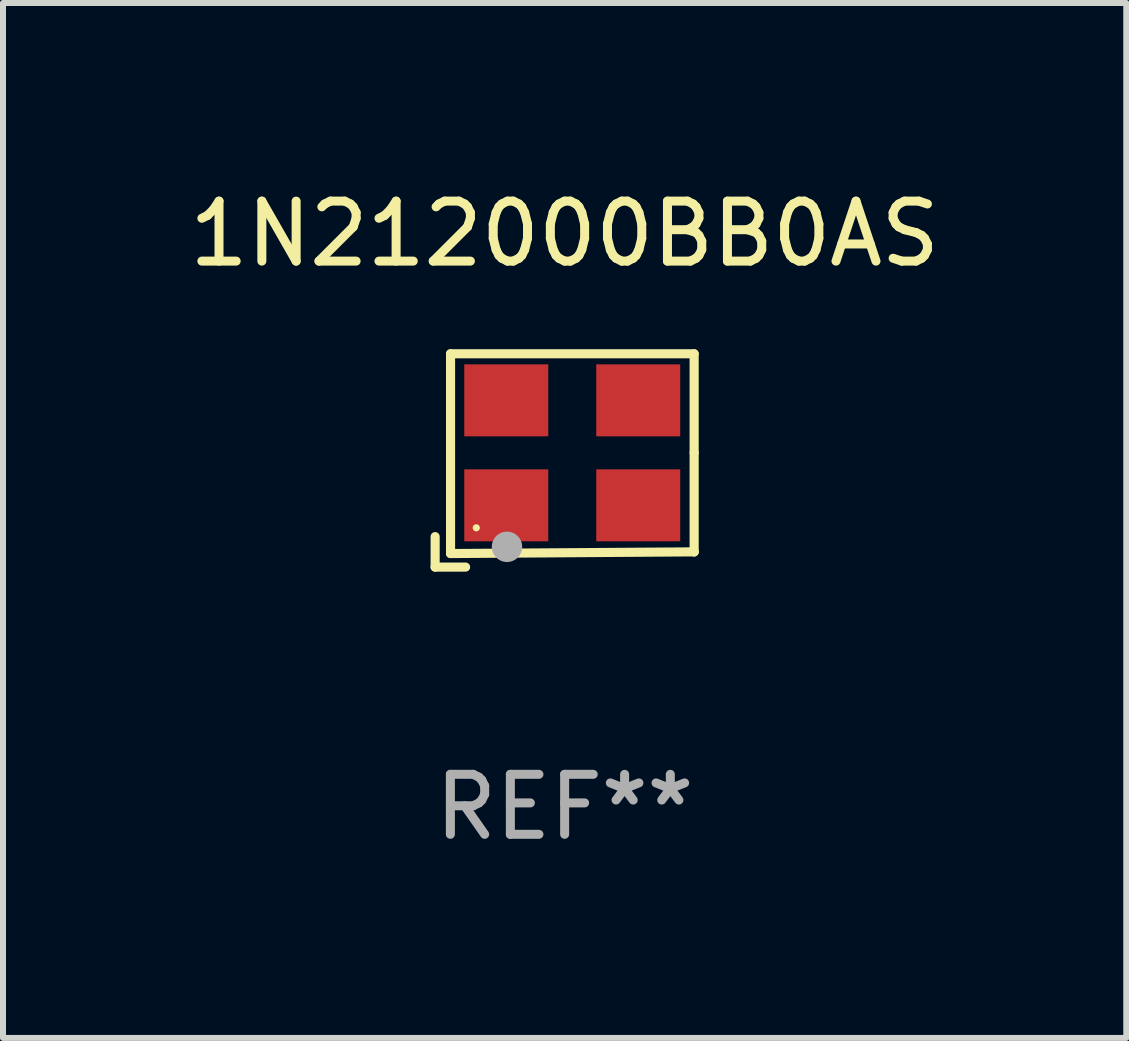
<source format=kicad_pcb>
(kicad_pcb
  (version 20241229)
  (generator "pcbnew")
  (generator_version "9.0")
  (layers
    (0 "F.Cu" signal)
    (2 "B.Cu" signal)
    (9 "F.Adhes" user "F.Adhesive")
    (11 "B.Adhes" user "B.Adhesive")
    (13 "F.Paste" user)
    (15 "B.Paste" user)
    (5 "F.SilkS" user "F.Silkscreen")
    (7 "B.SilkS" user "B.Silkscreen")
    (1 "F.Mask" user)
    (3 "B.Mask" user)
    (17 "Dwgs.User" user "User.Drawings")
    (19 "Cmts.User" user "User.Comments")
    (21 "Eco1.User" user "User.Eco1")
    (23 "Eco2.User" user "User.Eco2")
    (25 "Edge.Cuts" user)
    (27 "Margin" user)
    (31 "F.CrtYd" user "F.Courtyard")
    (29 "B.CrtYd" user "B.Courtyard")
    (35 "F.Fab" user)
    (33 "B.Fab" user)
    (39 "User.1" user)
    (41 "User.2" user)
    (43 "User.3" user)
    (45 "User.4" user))
  (footprint "1N212000BB0AS"
    (layer "F.Cu")
    (at 6.363 4.626)
    (property "Reference" "1N212000BB0AS" (at 0 -3.778 0) (layer "F.SilkS") (effects (font (size 1 1) (thickness 0.15))))
    (attr through_hole)
    (fp_line (start -2.159 1.27) (end -2.159 1.778) (stroke (width 0.152) (type solid)) (layer "F.SilkS"))
    (fp_line (start -2.159 1.778) (end -1.651 1.778) (stroke (width 0.152) (type solid)) (layer "F.SilkS"))
    (fp_line (start -1.902 -1.778) (end 2.159 -1.778) (stroke (width 0.152) (type solid)) (layer "F.SilkS"))
    (fp_line (start -1.902 1.552) (end -1.902 -1.778) (stroke (width 0.152) (type solid)) (layer "F.SilkS"))
    (fp_line (start 2.159 -1.778) (end 2.159 -0.127) (stroke (width 0.152) (type solid)) (layer "F.SilkS"))
    (fp_line (start 2.159 -0.127) (end 2.159 1.524) (stroke (width 0.152) (type solid)) (layer "F.SilkS"))
    (fp_line (start 2.159 1.524) (end -1.902 1.552) (stroke (width 0.152) (type solid)) (layer "F.SilkS"))
    (fp_line (start 2.159 1.524) (end 2.159 1.524) (stroke (width 0.152) (type solid)) (layer "F.SilkS"))
    (fp_circle (center -1.473 1.123) (end -1.443 1.123) (stroke (width 0.06) (type solid)) (fill no) (layer "F.SilkS"))
    (fp_circle (center -0.961 1.44) (end -0.834 1.44) (stroke (width 0.254) (type solid)) (fill no) (layer "F.Fab"))
    (fp_text user "REF**" (at 0 5.778 0) (layer "F.Fab") (effects (font (size 1 1) (thickness 0.15))))
    (pad "1" smd rect (at -0.973 0.748) (size 1.4 1.2) (layers "F.Cu" "F.Mask" "F.Paste"))
    (pad "2" smd rect (at 1.227 0.748) (size 1.4 1.2) (layers "F.Cu" "F.Mask" "F.Paste"))
    (pad "3" smd rect (at 1.227 -1.002) (size 1.4 1.2) (layers "F.Cu" "F.Mask" "F.Paste"))
    (pad "4" smd rect (at -0.973 -1.002) (size 1.4 1.2) (layers "F.Cu" "F.Mask" "F.Paste")))
  (gr_rect
    (start -3 -3)
    (end 15.726 14.253)
    (stroke (width 0.1) (type default))
    (fill no)
    (layer "Edge.Cuts")))
</source>
